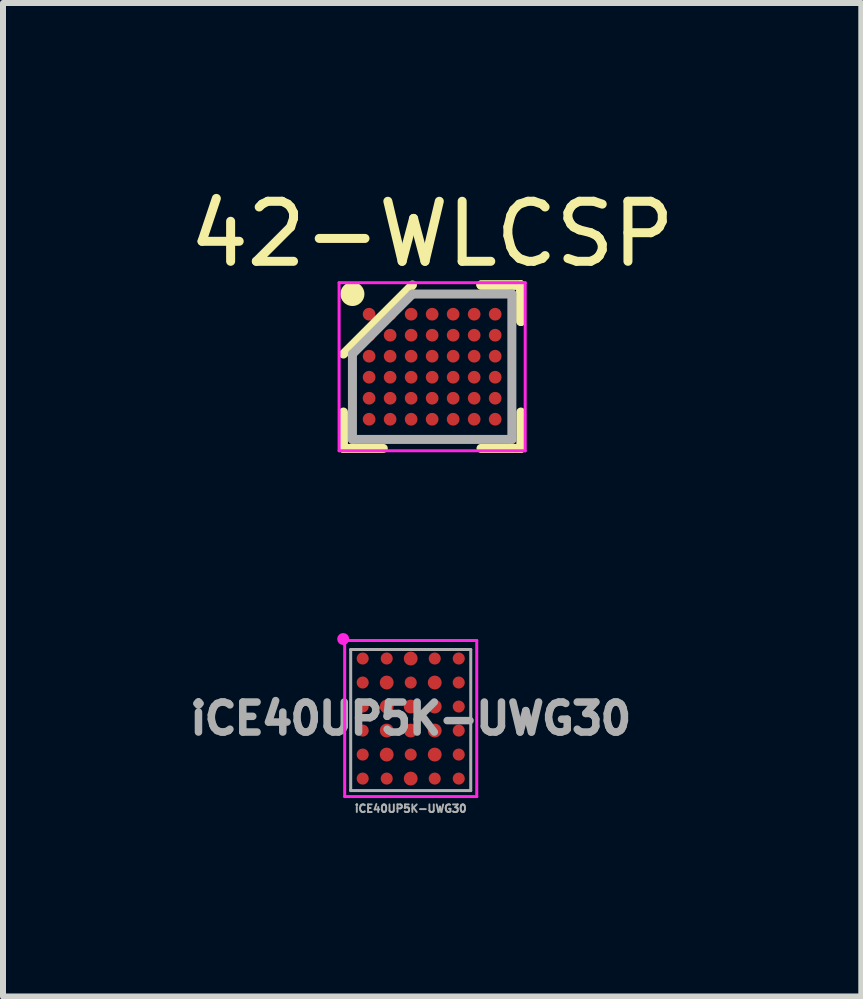
<source format=kicad_pcb>
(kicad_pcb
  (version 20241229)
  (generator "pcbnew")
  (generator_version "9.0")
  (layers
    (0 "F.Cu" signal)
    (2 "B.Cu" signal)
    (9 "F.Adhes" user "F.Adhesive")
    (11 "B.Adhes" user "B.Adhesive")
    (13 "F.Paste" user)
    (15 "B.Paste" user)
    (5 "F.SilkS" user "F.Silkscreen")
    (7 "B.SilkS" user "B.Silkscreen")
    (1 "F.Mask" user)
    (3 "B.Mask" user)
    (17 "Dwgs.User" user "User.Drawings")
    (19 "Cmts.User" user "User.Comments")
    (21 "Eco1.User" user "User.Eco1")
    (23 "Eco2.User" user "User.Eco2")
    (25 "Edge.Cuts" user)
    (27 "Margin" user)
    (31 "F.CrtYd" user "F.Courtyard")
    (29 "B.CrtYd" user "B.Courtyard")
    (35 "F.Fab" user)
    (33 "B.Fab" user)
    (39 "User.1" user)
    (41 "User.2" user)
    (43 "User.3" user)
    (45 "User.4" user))
  (footprint "iCE40UP5K-UWG30"
    (layer "F.Cu")
    (at 3.792 8.92)
    (property "Reference" "iCE40UP5K-UWG30" (at 0 1.5 0) (layer "F.Fab") (effects (font (size 0.127 0.127) (thickness 0.032))))
    (attr smd)
    (fp_line (start -1.1 -1.3) (end -1.1 1.3) (stroke (width 0.05) (type solid)) (layer "F.CrtYd"))
    (fp_line (start -1.1 1.3) (end 1.1 1.3) (stroke (width 0.05) (type solid)) (layer "F.CrtYd"))
    (fp_line (start 1.1 -1.3) (end -1.1 -1.3) (stroke (width 0.05) (type solid)) (layer "F.CrtYd"))
    (fp_line (start 1.1 1.3) (end 1.1 -1.3) (stroke (width 0.05) (type solid)) (layer "F.CrtYd"))
    (fp_circle (center -1.125 -1.325) (end -1.075 -1.325) (stroke (width 0.1) (type solid)) (fill no) (layer "F.CrtYd"))
    (fp_line (start -1 -1.15) (end 1 -1.15) (stroke (width 0.05) (type solid)) (layer "F.Fab"))
    (fp_line (start -1 1.2) (end -1 -1.15) (stroke (width 0.05) (type solid)) (layer "F.Fab"))
    (fp_line (start 1 -1.15) (end 1 1.2) (stroke (width 0.05) (type solid)) (layer "F.Fab"))
    (fp_line (start 1 1.2) (end -1 1.2) (stroke (width 0.05) (type solid)) (layer "F.Fab"))
    (fp_text user "${REFERENCE}" (at 0 0 0) (layer "F.Fab") (effects (font (size 0.5 0.5) (thickness 0.125))))
    (pad "A1" smd circle (at -0.8 -1) (size 0.2 0.2) (layers "F.Cu" "F.Mask" "F.Paste"))
    (pad "A2" smd circle (at -0.4 -1) (size 0.2 0.2) (layers "F.Cu" "F.Mask" "F.Paste"))
    (pad "A3" smd circle (at 0 -1) (size 0.23 0.23) (layers "F.Cu" "F.Mask" "F.Paste"))
    (pad "A4" smd circle (at 0.4 -1) (size 0.2 0.2) (layers "F.Cu" "F.Mask" "F.Paste"))
    (pad "A5" smd circle (at 0.8 -1) (size 0.2 0.2) (layers "F.Cu" "F.Mask" "F.Paste"))
    (pad "B1" smd circle (at -0.8 -0.6) (size 0.2 0.2) (layers "F.Cu" "F.Mask" "F.Paste"))
    (pad "B2" smd circle (at -0.4 -0.6) (size 0.23 0.23) (layers "F.Cu" "F.Mask" "F.Paste"))
    (pad "B3" smd circle (at 0 -0.6) (size 0.2 0.2) (layers "F.Cu" "F.Mask" "F.Paste"))
    (pad "B4" smd circle (at 0.4 -0.6) (size 0.23 0.23) (layers "F.Cu" "F.Mask" "F.Paste"))
    (pad "B5" smd circle (at 0.8 -0.6) (size 0.2 0.2) (layers "F.Cu" "F.Mask" "F.Paste"))
    (pad "C1" smd circle (at -0.8 -0.2) (size 0.2 0.2) (layers "F.Cu" "F.Mask" "F.Paste"))
    (pad "C2" smd circle (at -0.4 -0.2) (size 0.23 0.23) (layers "F.Cu" "F.Mask" "F.Paste"))
    (pad "C3" smd circle (at 0 -0.2) (size 0.23 0.23) (layers "F.Cu" "F.Mask" "F.Paste"))
    (pad "C4" smd circle (at 0.4 -0.2) (size 0.23 0.23) (layers "F.Cu" "F.Mask" "F.Paste"))
    (pad "C5" smd circle (at 0.8 -0.2) (size 0.2 0.2) (layers "F.Cu" "F.Mask" "F.Paste"))
    (pad "D1" smd circle (at -0.8 0.2) (size 0.2 0.2) (layers "F.Cu" "F.Mask" "F.Paste"))
    (pad "D2" smd circle (at -0.4 0.2) (size 0.23 0.23) (layers "F.Cu" "F.Mask" "F.Paste"))
    (pad "D3" smd circle (at 0 0.2) (size 0.23 0.23) (layers "F.Cu" "F.Mask" "F.Paste"))
    (pad "D4" smd circle (at 0.4 0.2) (size 0.23 0.23) (layers "F.Cu" "F.Mask" "F.Paste"))
    (pad "D5" smd circle (at 0.8 0.2) (size 0.2 0.2) (layers "F.Cu" "F.Mask" "F.Paste"))
    (pad "E1" smd circle (at -0.8 0.6) (size 0.2 0.2) (layers "F.Cu" "F.Mask" "F.Paste"))
    (pad "E2" smd circle (at -0.4 0.6) (size 0.23 0.23) (layers "F.Cu" "F.Mask" "F.Paste"))
    (pad "E3" smd circle (at 0 0.6) (size 0.2 0.2) (layers "F.Cu" "F.Mask" "F.Paste"))
    (pad "E4" smd circle (at 0.4 0.6) (size 0.23 0.23) (layers "F.Cu" "F.Mask" "F.Paste"))
    (pad "E5" smd circle (at 0.8 0.6) (size 0.2 0.2) (layers "F.Cu" "F.Mask" "F.Paste"))
    (pad "F1" smd circle (at -0.8 1) (size 0.2 0.2) (layers "F.Cu" "F.Mask" "F.Paste"))
    (pad "F2" smd circle (at -0.4 1) (size 0.2 0.2) (layers "F.Cu" "F.Mask" "F.Paste"))
    (pad "F3" smd circle (at 0 1) (size 0.23 0.23) (layers "F.Cu" "F.Mask" "F.Paste"))
    (pad "F4" smd circle (at 0.4 1) (size 0.2 0.2) (layers "F.Cu" "F.Mask" "F.Paste"))
    (pad "F5" smd circle (at 0.8 1) (size 0.2 0.2) (layers "F.Cu" "F.Mask" "F.Paste")))
  (footprint "42-WLCSP"
    (layer "F.Cu")
    (at 4.149 3.059)
    (property "Reference" "42-WLCSP" (at 0 -2.211 0) (layer "F.SilkS") (effects (font (size 1 1) (thickness 0.15))))
    (attr smd)
    (fp_line (start -1.478 1.361) (end -1.478 0.755) (stroke (width 0.15) (type solid)) (layer "F.SilkS"))
    (fp_line (start -0.814 1.361) (end -1.478 1.361) (stroke (width 0.15) (type solid)) (layer "F.SilkS"))
    (fp_line (start -0.328 -1.361) (end -1.478 -0.211) (stroke (width 0.15) (type solid)) (layer "F.SilkS"))
    (fp_line (start 0.814 -1.361) (end 1.478 -1.361) (stroke (width 0.15) (type solid)) (layer "F.SilkS"))
    (fp_line (start 0.814 -1.361) (end 1.478 -1.361) (stroke (width 0.15) (type solid)) (layer "F.SilkS"))
    (fp_line (start 0.814 -1.361) (end 1.478 -1.361) (stroke (width 0.15) (type solid)) (layer "F.SilkS"))
    (fp_line (start 0.814 1.361) (end 1.478 1.361) (stroke (width 0.15) (type solid)) (layer "F.SilkS"))
    (fp_line (start 1.478 -1.361) (end 1.478 -0.755) (stroke (width 0.15) (type solid)) (layer "F.SilkS"))
    (fp_line (start 1.478 -1.361) (end 1.478 -0.755) (stroke (width 0.15) (type solid)) (layer "F.SilkS"))
    (fp_line (start 1.478 -1.361) (end 1.478 -0.755) (stroke (width 0.15) (type solid)) (layer "F.SilkS"))
    (fp_line (start 1.478 1.361) (end 1.478 0.755) (stroke (width 0.15) (type solid)) (layer "F.SilkS"))
    (fp_circle (center -1.328 -1.211) (end -1.328 -1.111) (stroke (width 0.2) (type solid)) (fill no) (layer "F.SilkS"))
    (fp_line (start -1.55 -1.4) (end 1.55 -1.4) (stroke (width 0.05) (type solid)) (layer "F.CrtYd"))
    (fp_line (start -1.55 1.4) (end -1.55 -1.4) (stroke (width 0.05) (type solid)) (layer "F.CrtYd"))
    (fp_line (start 1.55 -1.4) (end 1.55 1.4) (stroke (width 0.05) (type solid)) (layer "F.CrtYd"))
    (fp_line (start 1.55 1.4) (end -1.55 1.4) (stroke (width 0.05) (type solid)) (layer "F.CrtYd"))
    (fp_line (start -1.328 -0.211) (end -1.328 1.211) (stroke (width 0.15) (type solid)) (layer "F.Fab"))
    (fp_line (start -1.328 1.211) (end 1.328 1.211) (stroke (width 0.15) (type solid)) (layer "F.Fab"))
    (fp_line (start -0.328 -1.211) (end -1.328 -0.211) (stroke (width 0.15) (type solid)) (layer "F.Fab"))
    (fp_line (start 1.328 -1.211) (end -0.328 -1.211) (stroke (width 0.15) (type solid)) (layer "F.Fab"))
    (fp_line (start 1.328 1.211) (end 1.328 -1.211) (stroke (width 0.15) (type solid)) (layer "F.Fab"))
    (pad "A1" smd circle (at -1.05 -0.875) (size 0.211 0.211) (layers "F.Cu" "F.Mask" "F.Paste"))
    (pad "A2" smd circle (at -0.7 -0.875) (size 0.211 0.211) (layers "F.Cu" "F.Mask" "F.Paste"))
    (pad "A3" smd circle (at -0.35 -0.875) (size 0.211 0.211) (layers "F.Cu" "F.Mask" "F.Paste"))
    (pad "A4" smd circle (at 0 -0.875) (size 0.211 0.211) (layers "F.Cu" "F.Mask" "F.Paste"))
    (pad "A5" smd circle (at 0.35 -0.875) (size 0.211 0.211) (layers "F.Cu" "F.Mask" "F.Paste"))
    (pad "A6" smd circle (at 0.7 -0.875) (size 0.211 0.211) (layers "F.Cu" "F.Mask" "F.Paste"))
    (pad "A7" smd circle (at 1.05 -0.875) (size 0.211 0.211) (layers "F.Cu" "F.Mask" "F.Paste"))
    (pad "B1" smd circle (at -1.05 -0.525) (size 0.211 0.211) (layers "F.Cu" "F.Mask" "F.Paste"))
    (pad "B2" smd circle (at -0.7 -0.525) (size 0.211 0.211) (layers "F.Cu" "F.Mask" "F.Paste"))
    (pad "B3" smd circle (at -0.35 -0.525) (size 0.211 0.211) (layers "F.Cu" "F.Mask" "F.Paste"))
    (pad "B4" smd circle (at 0 -0.525) (size 0.211 0.211) (layers "F.Cu" "F.Mask" "F.Paste"))
    (pad "B5" smd circle (at 0.35 -0.525) (size 0.211 0.211) (layers "F.Cu" "F.Mask" "F.Paste"))
    (pad "B6" smd circle (at 0.7 -0.525) (size 0.211 0.211) (layers "F.Cu" "F.Mask" "F.Paste"))
    (pad "B7" smd circle (at 1.05 -0.525) (size 0.211 0.211) (layers "F.Cu" "F.Mask" "F.Paste"))
    (pad "C1" smd circle (at -1.05 -0.175) (size 0.211 0.211) (layers "F.Cu" "F.Mask" "F.Paste"))
    (pad "C2" smd circle (at -0.7 -0.175) (size 0.211 0.211) (layers "F.Cu" "F.Mask" "F.Paste"))
    (pad "C3" smd circle (at -0.35 -0.175) (size 0.211 0.211) (layers "F.Cu" "F.Mask" "F.Paste"))
    (pad "C4" smd circle (at 0 -0.175) (size 0.211 0.211) (layers "F.Cu" "F.Mask" "F.Paste"))
    (pad "C5" smd circle (at 0.35 -0.175) (size 0.211 0.211) (layers "F.Cu" "F.Mask" "F.Paste"))
    (pad "C6" smd circle (at 0.7 -0.175) (size 0.211 0.211) (layers "F.Cu" "F.Mask" "F.Paste"))
    (pad "C7" smd circle (at 1.05 -0.175) (size 0.211 0.211) (layers "F.Cu" "F.Mask" "F.Paste"))
    (pad "D1" smd circle (at -1.05 0.175) (size 0.211 0.211) (layers "F.Cu" "F.Mask" "F.Paste"))
    (pad "D2" smd circle (at -0.7 0.175) (size 0.211 0.211) (layers "F.Cu" "F.Mask" "F.Paste"))
    (pad "D3" smd circle (at -0.35 0.175) (size 0.211 0.211) (layers "F.Cu" "F.Mask" "F.Paste"))
    (pad "D4" smd circle (at 0 0.175) (size 0.211 0.211) (layers "F.Cu" "F.Mask" "F.Paste"))
    (pad "D5" smd circle (at 0.35 0.175) (size 0.211 0.211) (layers "F.Cu" "F.Mask" "F.Paste"))
    (pad "D6" smd circle (at 0.7 0.175) (size 0.211 0.211) (layers "F.Cu" "F.Mask" "F.Paste"))
    (pad "D7" smd circle (at 1.05 0.175) (size 0.211 0.211) (layers "F.Cu" "F.Mask" "F.Paste"))
    (pad "E1" smd circle (at -1.05 0.525) (size 0.211 0.211) (layers "F.Cu" "F.Mask" "F.Paste"))
    (pad "E2" smd circle (at -0.7 0.525) (size 0.211 0.211) (layers "F.Cu" "F.Mask" "F.Paste"))
    (pad "E3" smd circle (at -0.35 0.525) (size 0.211 0.211) (layers "F.Cu" "F.Mask" "F.Paste"))
    (pad "E4" smd circle (at 0 0.525) (size 0.211 0.211) (layers "F.Cu" "F.Mask" "F.Paste"))
    (pad "E5" smd circle (at 0.35 0.525) (size 0.211 0.211) (layers "F.Cu" "F.Mask" "F.Paste"))
    (pad "E6" smd circle (at 0.7 0.525) (size 0.211 0.211) (layers "F.Cu" "F.Mask" "F.Paste"))
    (pad "E7" smd circle (at 1.05 0.525) (size 0.211 0.211) (layers "F.Cu" "F.Mask" "F.Paste"))
    (pad "F1" smd circle (at -1.05 0.875) (size 0.211 0.211) (layers "F.Cu" "F.Mask" "F.Paste"))
    (pad "F2" smd circle (at -0.7 0.875) (size 0.211 0.211) (layers "F.Cu" "F.Mask" "F.Paste"))
    (pad "F3" smd circle (at -0.35 0.875) (size 0.211 0.211) (layers "F.Cu" "F.Mask" "F.Paste"))
    (pad "F4" smd circle (at 0 0.875) (size 0.211 0.211) (layers "F.Cu" "F.Mask" "F.Paste"))
    (pad "F5" smd circle (at 0.35 0.875) (size 0.211 0.211) (layers "F.Cu" "F.Mask" "F.Paste"))
    (pad "F6" smd circle (at 0.7 0.875) (size 0.211 0.211) (layers "F.Cu" "F.Mask" "F.Paste"))
    (pad "F7" smd circle (at 1.05 0.875) (size 0.211 0.211) (layers "F.Cu" "F.Mask" "F.Paste")))
  (gr_rect
    (start -3 -3)
    (end 11.298 13.55)
    (stroke (width 0.1) (type default))
    (fill no)
    (layer "Edge.Cuts")))
</source>
